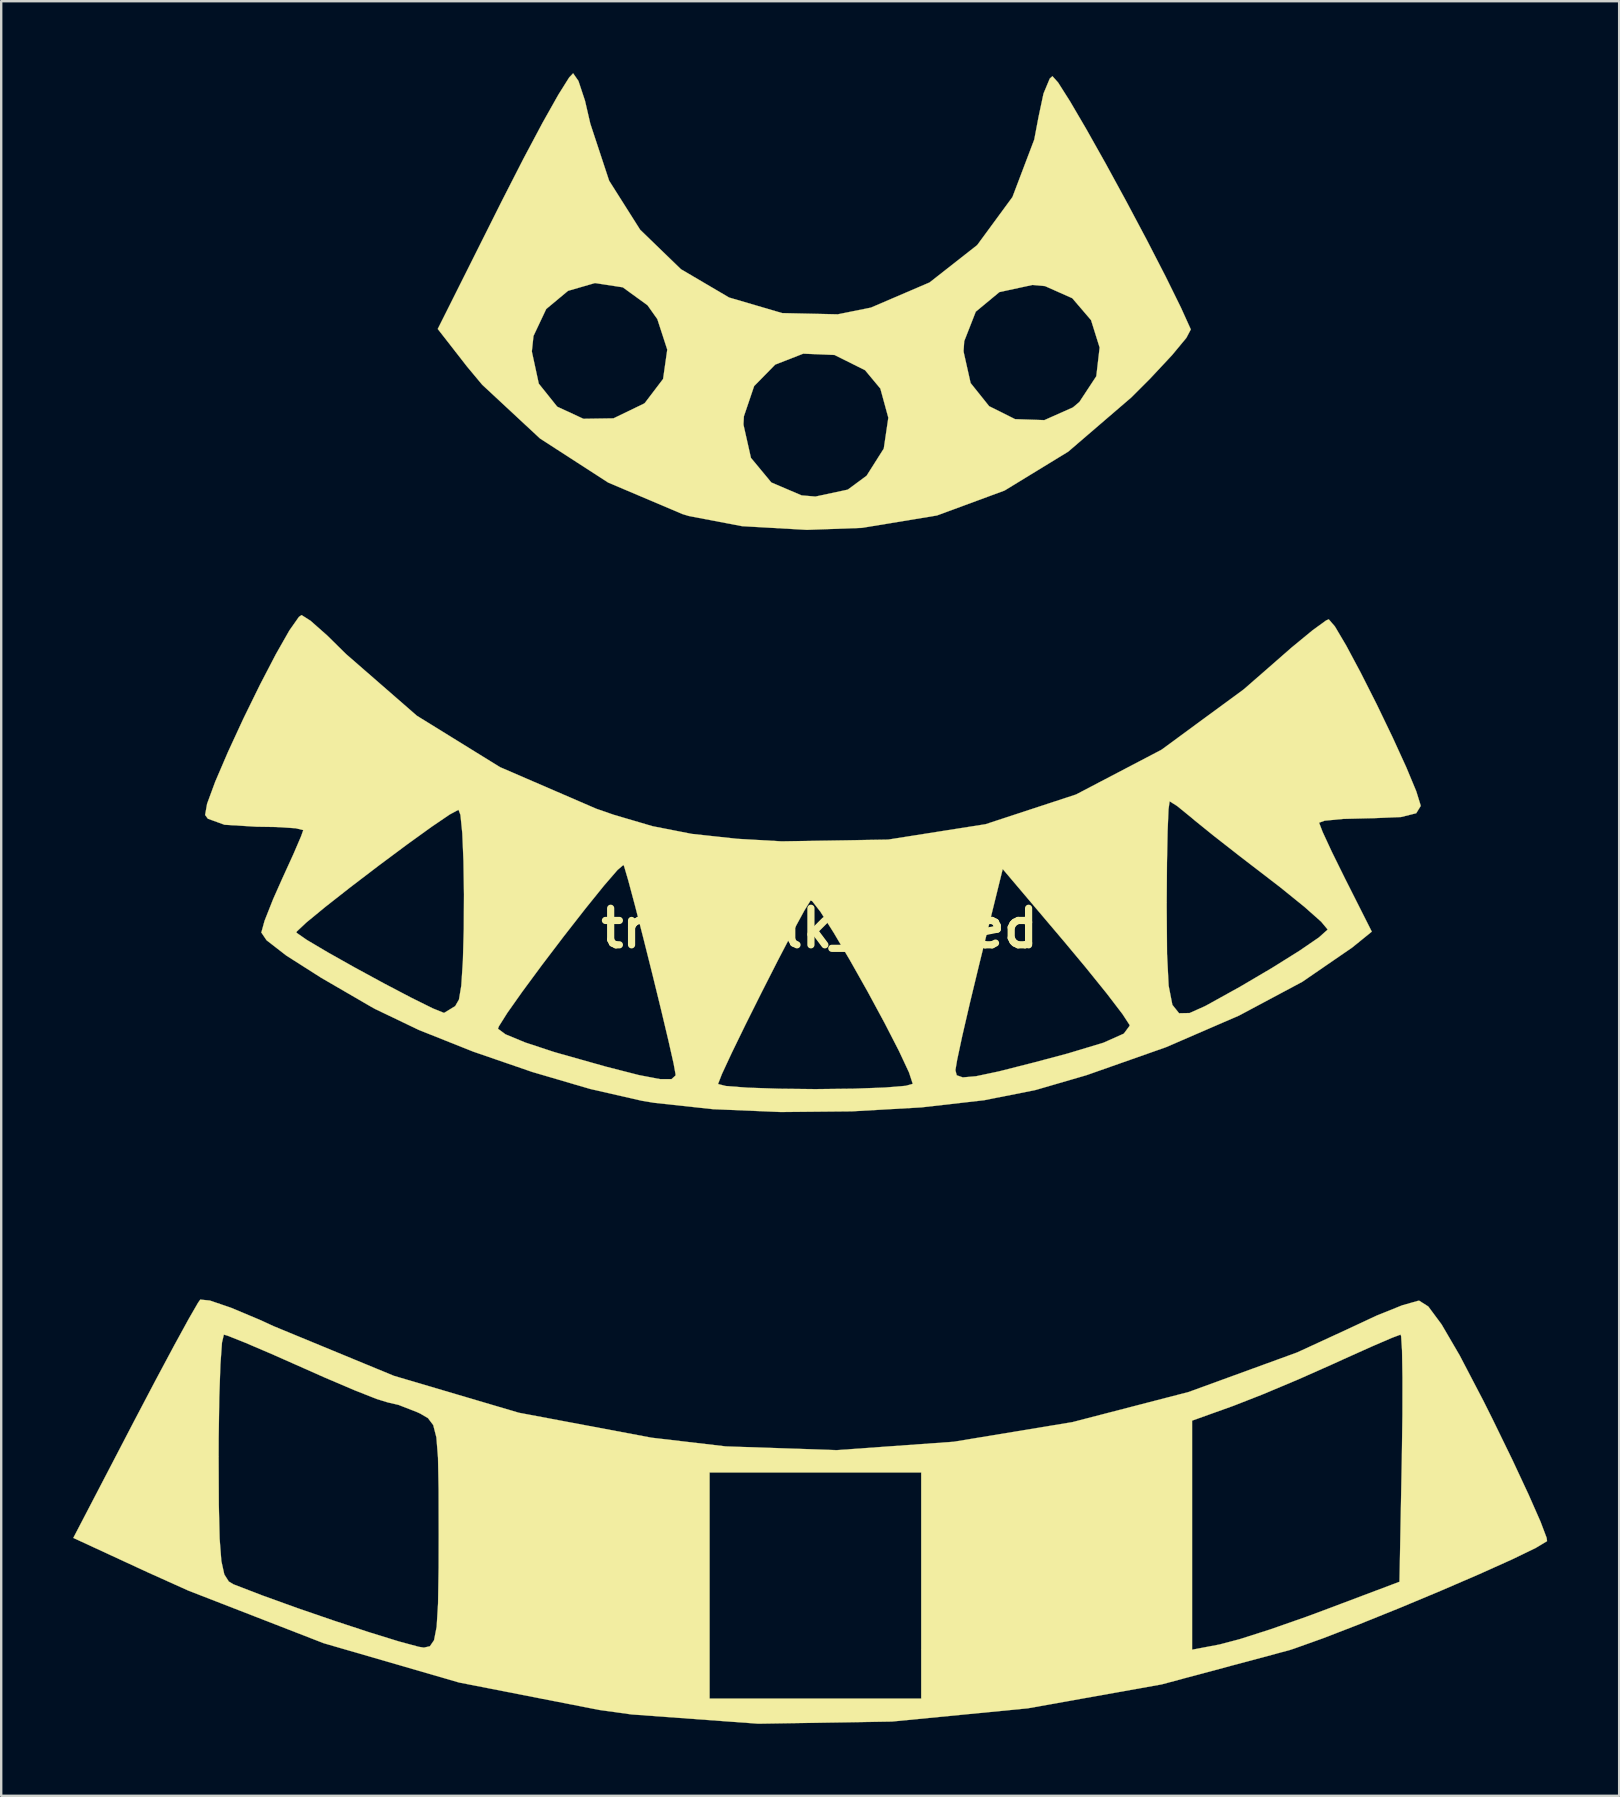
<source format=kicad_pcb>
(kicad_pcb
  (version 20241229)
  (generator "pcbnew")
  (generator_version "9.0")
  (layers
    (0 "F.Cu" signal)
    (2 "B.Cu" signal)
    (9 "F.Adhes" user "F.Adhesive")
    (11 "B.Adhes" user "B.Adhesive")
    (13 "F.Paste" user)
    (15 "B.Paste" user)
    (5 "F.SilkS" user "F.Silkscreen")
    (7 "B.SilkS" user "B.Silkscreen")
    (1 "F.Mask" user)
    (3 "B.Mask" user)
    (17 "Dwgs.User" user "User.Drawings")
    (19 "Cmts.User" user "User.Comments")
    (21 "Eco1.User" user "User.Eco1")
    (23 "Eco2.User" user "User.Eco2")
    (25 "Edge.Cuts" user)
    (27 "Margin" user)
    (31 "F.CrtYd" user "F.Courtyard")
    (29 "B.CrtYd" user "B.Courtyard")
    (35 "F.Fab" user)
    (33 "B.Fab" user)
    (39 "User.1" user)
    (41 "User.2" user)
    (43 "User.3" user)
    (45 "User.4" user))
  (footprint "tree_silk_scaled"
    (layer "F.Cu")
    (at 31.108 35.636)
    (property "Reference" "tree_silk_scaled" (at 0 0 0) (layer "F.SilkS") (effects (font (size 1.524 1.524) (thickness 0.3))))
    (attr through_hole)
    (fp_poly (pts (xy -10.052 -35.314) (xy -9.779 -34.491) (xy -9.557 -33.532) (xy -8.773 -31.156) (xy -7.48 -29.112) (xy -5.78 -27.467) (xy -3.773 -26.287) (xy -1.562 -25.638) (xy 0.754 -25.587) (xy 2.139 -25.867) (xy 4.582 -26.915) (xy 6.565 -28.471) (xy 8.036 -30.475) (xy 8.944 -32.869) (xy 9.123 -33.813) (xy 9.33 -34.787) (xy 9.59 -35.41) (xy 9.702 -35.511) (xy 9.939 -35.246) (xy 10.43 -34.472) (xy 11.111 -33.309) (xy 11.916 -31.878) (xy 12.778 -30.298) (xy 13.633 -28.689) (xy 14.414 -27.172) (xy 15.057 -25.867) (xy 15.469 -24.957) (xy 15.283 -24.605) (xy 14.685 -23.884) (xy 13.776 -22.911) (xy 12.986 -22.121) (xy 10.36 -19.864) (xy 7.709 -18.244) (xy 4.89 -17.204) (xy 1.761 -16.687) (xy -0.529 -16.604) (xy -3.231 -16.758) (xy -5.449 -17.181) (xy -5.716 -17.262) (xy -8.813 -18.576) (xy -11.653 -20.412) (xy -12.275 -20.99) (xy -3.175 -20.99) (xy -2.863 -19.605) (xy -2.013 -18.579) (xy -0.753 -18.041) (xy -0.176 -17.992) (xy 1.17 -18.28) (xy 1.956 -18.858) (xy 2.673 -19.991) (xy 2.863 -21.278) (xy 2.531 -22.492) (xy 1.893 -23.258) (xy 0.619 -23.893) (xy -0.683 -23.947) (xy -1.852 -23.491) (xy -2.73 -22.596) (xy -3.157 -21.334) (xy -3.175 -20.99) (xy -12.275 -20.99) (xy -14.061 -22.651) (xy -14.7 -23.417) (xy -15.183 -24.038) (xy -11.994 -24.038) (xy -11.704 -22.697) (xy -10.936 -21.738) (xy -9.846 -21.233) (xy -8.59 -21.252) (xy -7.322 -21.865) (xy -7.28 -21.898) (xy -6.524 -22.893) (xy -6.361 -24.038) (xy 5.997 -24.038) (xy 6.292 -22.723) (xy 7.064 -21.758) (xy 8.145 -21.218) (xy 9.365 -21.177) (xy 10.556 -21.707) (xy 10.825 -21.934) (xy 11.53 -23.006) (xy 11.669 -24.202) (xy 11.311 -25.345) (xy 10.529 -26.258) (xy 9.393 -26.763) (xy 8.869 -26.811) (xy 7.493 -26.514) (xy 6.507 -25.697) (xy 6.026 -24.469) (xy 5.997 -24.038) (xy -6.361 -24.038) (xy -6.35 -24.116) (xy -6.764 -25.388) (xy -7.173 -25.965) (xy -8.203 -26.712) (xy -9.364 -26.89) (xy -10.485 -26.566) (xy -11.395 -25.808) (xy -11.925 -24.685) (xy -11.994 -24.038) (xy -15.183 -24.038) (xy -15.915 -24.977) (xy -13.247 -30.304) (xy -12.349 -32.061) (xy -11.544 -33.575) (xy -10.888 -34.74) (xy -10.44 -35.454) (xy -10.274 -35.631) (xy -10.052 -35.314)) (stroke (width 0.01) (type solid)) (fill yes) (layer "F.SilkS"))
    (fp_poly (pts (xy -25.41 15.514) (xy -24.534 15.813) (xy -23.342 16.313) (xy -22.754 16.583) (xy -17.741 18.652) (xy -12.539 20.189) (xy -7.004 21.23) (xy -3.914 21.592) (xy 0.705 21.749) (xy 5.585 21.399) (xy 10.539 20.58) (xy 10.772 20.519) (xy 15.522 20.519) (xy 15.522 30.065) (xy 16.669 29.847) (xy 17.507 29.626) (xy 18.783 29.218) (xy 20.28 28.694) (xy 20.99 28.431) (xy 24.165 27.234) (xy 24.263 22.084) (xy 24.288 20.269) (xy 24.29 18.734) (xy 24.272 17.603) (xy 24.234 17) (xy 24.211 16.933) (xy 23.844 17.07) (xy 22.998 17.435) (xy 21.837 17.956) (xy 21.468 18.125) (xy 19.967 18.792) (xy 18.461 19.425) (xy 17.261 19.895) (xy 17.198 19.918) (xy 15.522 20.519) (xy 10.772 20.519) (xy 15.376 19.326) (xy 19.905 17.675) (xy 21.98 16.718) (xy 23.221 16.138) (xy 24.277 15.713) (xy 24.941 15.525) (xy 24.988 15.522) (xy 25.365 15.761) (xy 25.918 16.506) (xy 26.674 17.801) (xy 27.661 19.692) (xy 28.039 20.448) (xy 28.866 22.145) (xy 29.55 23.61) (xy 30.045 24.734) (xy 30.298 25.404) (xy 30.315 25.541) (xy 29.845 25.823) (xy 28.856 26.302) (xy 27.486 26.918) (xy 25.873 27.614) (xy 24.155 28.332) (xy 22.472 29.011) (xy 20.961 29.595) (xy 19.762 30.023) (xy 19.579 30.083) (xy 14.256 31.51) (xy 8.674 32.508) (xy 3.011 33.059) (xy -2.554 33.149) (xy -7.843 32.762) (xy -9.172 32.578) (xy -15.031 31.431) (xy -20.669 29.794) (xy -26.309 27.602) (xy -27.987 26.847) (xy -31.103 25.406) (xy -29.335 22.011) (xy -25.047 22.011) (xy -25.039 24.022) (xy -25.005 25.438) (xy -24.933 26.37) (xy -24.81 26.928) (xy -24.623 27.223) (xy -24.43 27.34) (xy -23.233 27.801) (xy -21.779 28.326) (xy -20.232 28.858) (xy -18.76 29.342) (xy -17.53 29.722) (xy -16.707 29.944) (xy -16.492 29.978) (xy -16.242 29.921) (xy -16.069 29.668) (xy -15.961 29.112) (xy -15.902 28.142) (xy -15.878 26.65) (xy -15.875 25.28) (xy -15.879 23.381) (xy -15.892 22.679) (xy -4.586 22.679) (xy -4.586 32.103) (xy 4.233 32.103) (xy 4.233 22.679) (xy -4.586 22.679) (xy -15.892 22.679) (xy -15.904 22.066) (xy -15.972 21.214) (xy -16.103 20.704) (xy -16.321 20.415) (xy -16.645 20.224) (xy -16.774 20.165) (xy -17.55 19.862) (xy -18.008 19.756) (xy -18.456 19.618) (xy -19.388 19.25) (xy -20.645 18.714) (xy -21.477 18.344) (xy -22.838 17.741) (xy -23.948 17.267) (xy -24.658 16.984) (xy -24.829 16.933) (xy -24.907 17.265) (xy -24.972 18.178) (xy -25.02 19.548) (xy -25.045 21.25) (xy -25.047 22.011) (xy -29.335 22.011) (xy -28.576 20.552) (xy -27.69 18.866) (xy -26.909 17.404) (xy -26.294 16.281) (xy -25.906 15.609) (xy -25.812 15.474) (xy -25.41 15.514)) (stroke (width 0.01) (type solid)) (fill yes) (layer "F.SilkS"))
    (fp_poly (pts (xy -21.219 -12.818) (xy -20.524 -12.204) (xy -19.741 -11.432) (xy -16.784 -8.857) (xy -13.319 -6.715) (xy -9.306 -4.981) (xy -8.575 -4.728) (xy -6.962 -4.254) (xy -5.33 -3.934) (xy -3.434 -3.729) (xy -1.587 -3.623) (xy 2.85 -3.696) (xy 6.914 -4.337) (xy 10.686 -5.576) (xy 14.246 -7.44) (xy 17.675 -9.958) (xy 18.596 -10.761) (xy 19.669 -11.7) (xy 20.55 -12.425) (xy 21.108 -12.829) (xy 21.218 -12.876) (xy 21.474 -12.579) (xy 21.942 -11.788) (xy 22.548 -10.654) (xy 23.218 -9.329) (xy 23.876 -7.962) (xy 24.45 -6.706) (xy 24.864 -5.712) (xy 25.045 -5.129) (xy 25.047 -5.093) (xy 24.863 -4.795) (xy 24.228 -4.636) (xy 23.022 -4.586) (xy 22.931 -4.586) (xy 21.814 -4.558) (xy 21.047 -4.484) (xy 20.814 -4.4) (xy 20.962 -4.014) (xy 21.349 -3.179) (xy 21.894 -2.074) (xy 21.913 -2.037) (xy 23.011 0.14) (xy 22.194 0.802) (xy 20.116 2.23) (xy 17.481 3.636) (xy 14.433 4.956) (xy 11.12 6.122) (xy 8.996 6.74) (xy 6.859 7.165) (xy 4.237 7.464) (xy 1.34 7.629) (xy -1.623 7.657) (xy -4.441 7.539) (xy -6.905 7.272) (xy -7.408 7.188) (xy -9.557 6.697) (xy -10.26 6.491) (xy -4.233 6.491) (xy -3.904 6.574) (xy -3.008 6.642) (xy -1.685 6.687) (xy -0.176 6.703) (xy 1.421 6.685) (xy 2.722 6.637) (xy 3.588 6.565) (xy 3.881 6.484) (xy 3.724 6.006) (xy 3.682 5.916) (xy 5.658 5.916) (xy 5.714 6.126) (xy 5.966 6.214) (xy 6.517 6.166) (xy 7.468 5.965) (xy 8.922 5.596) (xy 10.336 5.219) (xy 11.831 4.768) (xy 12.677 4.39) (xy 12.921 4.061) (xy 12.91 4.017) (xy 12.62 3.573) (xy 11.971 2.724) (xy 11.063 1.6) (xy 10.181 0.543) (xy 8.974 -0.882) (xy 14.464 -0.882) (xy 14.478 1.066) (xy 14.545 2.395) (xy 14.701 3.191) (xy 14.98 3.541) (xy 15.418 3.532) (xy 16.052 3.249) (xy 16.144 3.2) (xy 17.519 2.438) (xy 18.846 1.656) (xy 19.988 0.942) (xy 20.806 0.382) (xy 21.162 0.063) (xy 21.167 0.044) (xy 20.904 -0.272) (xy 20.203 -0.894) (xy 19.194 -1.71) (xy 18.721 -2.074) (xy 17.499 -3.013) (xy 16.406 -3.868) (xy 15.633 -4.493) (xy 15.492 -4.613) (xy 14.896 -5.098) (xy 14.586 -5.292) (xy 14.54 -4.961) (xy 14.502 -4.059) (xy 14.475 -2.718) (xy 14.464 -1.072) (xy 14.464 -0.882) (xy 8.974 -0.882) (xy 7.63 -2.469) (xy 6.651 1.5) (xy 6.262 3.111) (xy 5.943 4.49) (xy 5.731 5.482) (xy 5.658 5.916) (xy 3.682 5.916) (xy 3.306 5.112) (xy 2.705 3.943) (xy 2 2.638) (xy 1.267 1.338) (xy 0.586 0.183) (xy 0.034 -0.688) (xy -0.311 -1.133) (xy -0.378 -1.158) (xy -0.633 -0.746) (xy -1.11 0.13) (xy -1.729 1.317) (xy -2.412 2.659) (xy -3.083 4.002) (xy -3.662 5.191) (xy -4.071 6.071) (xy -4.233 6.486) (xy -4.233 6.491) (xy -10.26 6.491) (xy -11.979 5.987) (xy -14.44 5.139) (xy -16.703 4.237) (xy -16.807 4.187) (xy -13.406 4.187) (xy -13.092 4.419) (xy -12.263 4.762) (xy -11.085 5.15) (xy -10.848 5.219) (xy -8.897 5.769) (xy -7.528 6.119) (xy -6.65 6.286) (xy -6.173 6.287) (xy -6.007 6.137) (xy -6.004 6.085) (xy -6.087 5.629) (xy -6.303 4.673) (xy -6.611 3.377) (xy -6.972 1.903) (xy -7.346 0.411) (xy -7.693 -0.94) (xy -7.973 -1.987) (xy -8.145 -2.572) (xy -8.175 -2.641) (xy -8.423 -2.43) (xy -8.986 -1.779) (xy -9.762 -0.818) (xy -10.654 0.324) (xy -11.56 1.515) (xy -12.38 2.626) (xy -13.016 3.526) (xy -13.367 4.084) (xy -13.406 4.187) (xy -16.807 4.187) (xy -18.532 3.36) (xy -18.697 3.268) (xy -20.777 2.06) (xy -22.225 1.138) (xy -23.049 0.499) (xy -23.264 0.181) (xy -21.809 0.181) (xy -21.369 0.486) (xy -20.496 1.003) (xy -19.364 1.64) (xy -18.142 2.304) (xy -17.003 2.901) (xy -16.119 3.339) (xy -15.661 3.524) (xy -15.648 3.525) (xy -15.188 3.244) (xy -15.031 2.97) (xy -14.934 2.392) (xy -14.867 1.354) (xy -14.83 0.029) (xy -14.822 -1.413) (xy -14.843 -2.8) (xy -14.892 -3.962) (xy -14.969 -4.728) (xy -15.05 -4.939) (xy -15.415 -4.743) (xy -16.18 -4.223) (xy -17.213 -3.478) (xy -18.382 -2.607) (xy -19.556 -1.711) (xy -20.602 -0.89) (xy -21.39 -0.242) (xy -21.788 0.132) (xy -21.809 0.181) (xy -23.264 0.181) (xy -23.267 0.176) (xy -23.132 -0.314) (xy -22.774 -1.218) (xy -22.398 -2.064) (xy -21.928 -3.094) (xy -21.61 -3.836) (xy -21.519 -4.092) (xy -21.839 -4.169) (xy -22.663 -4.221) (xy -23.471 -4.233) (xy -24.8 -4.314) (xy -25.495 -4.566) (xy -25.61 -4.723) (xy -25.528 -5.188) (xy -25.188 -6.111) (xy -24.659 -7.343) (xy -24.015 -8.738) (xy -23.325 -10.146) (xy -22.662 -11.421) (xy -22.097 -12.414) (xy -21.7 -12.978) (xy -21.59 -13.053) (xy -21.219 -12.818)) (stroke (width 0.01) (type solid)) (fill yes) (layer "F.SilkS")))
  (gr_rect
    (start -3 -3)
    (end 64.428 71.789)
    (stroke (width 0.1) (type default))
    (fill no)
    (layer "Edge.Cuts")))
</source>
